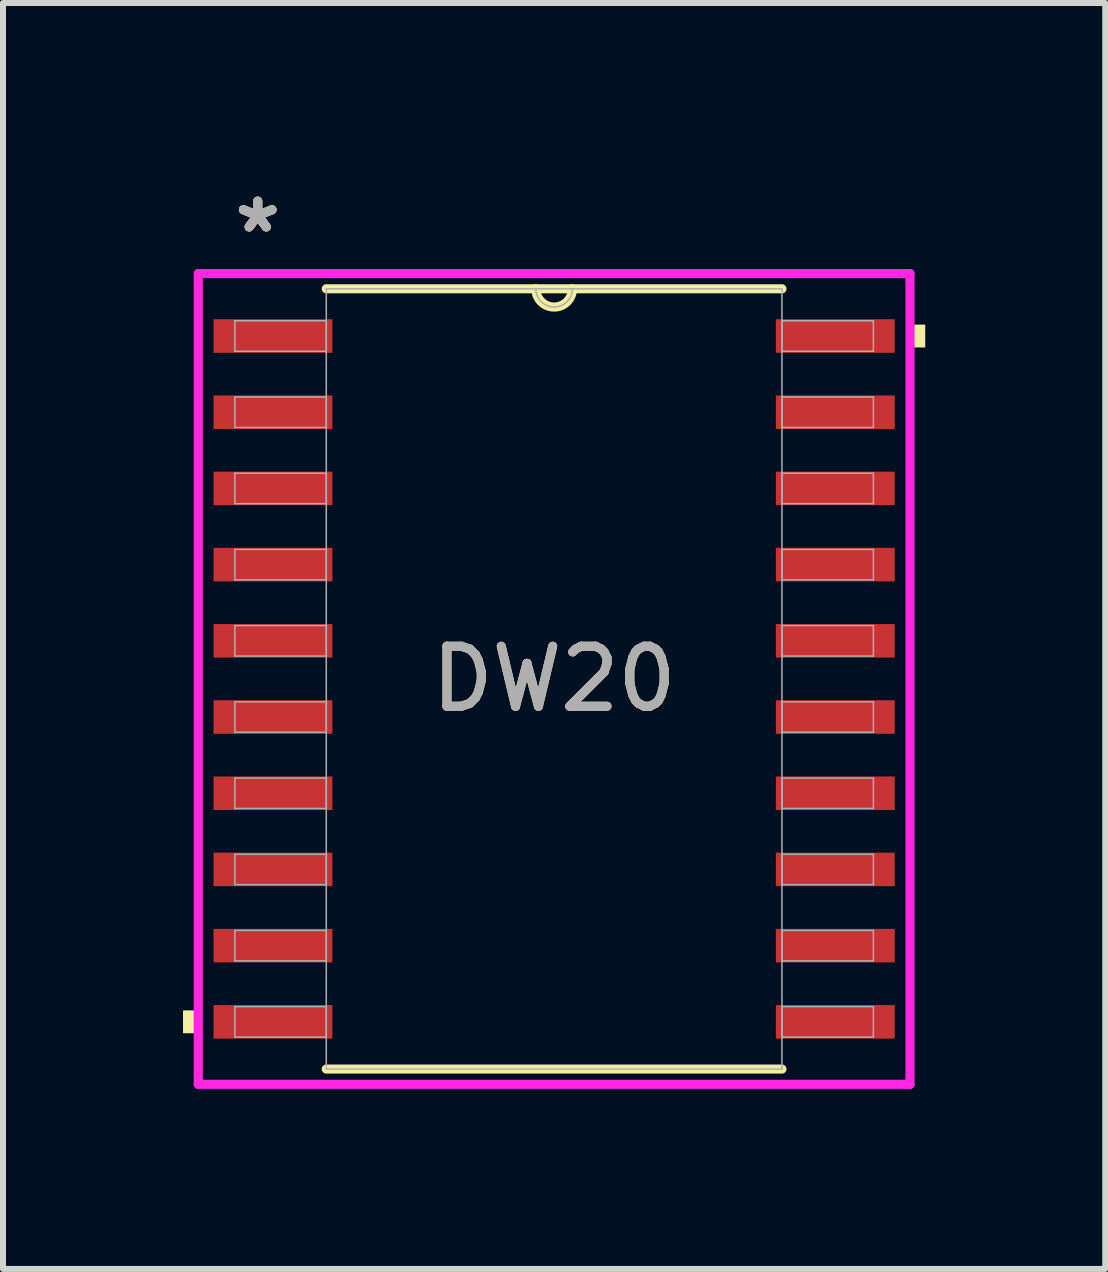
<source format=kicad_pcb>
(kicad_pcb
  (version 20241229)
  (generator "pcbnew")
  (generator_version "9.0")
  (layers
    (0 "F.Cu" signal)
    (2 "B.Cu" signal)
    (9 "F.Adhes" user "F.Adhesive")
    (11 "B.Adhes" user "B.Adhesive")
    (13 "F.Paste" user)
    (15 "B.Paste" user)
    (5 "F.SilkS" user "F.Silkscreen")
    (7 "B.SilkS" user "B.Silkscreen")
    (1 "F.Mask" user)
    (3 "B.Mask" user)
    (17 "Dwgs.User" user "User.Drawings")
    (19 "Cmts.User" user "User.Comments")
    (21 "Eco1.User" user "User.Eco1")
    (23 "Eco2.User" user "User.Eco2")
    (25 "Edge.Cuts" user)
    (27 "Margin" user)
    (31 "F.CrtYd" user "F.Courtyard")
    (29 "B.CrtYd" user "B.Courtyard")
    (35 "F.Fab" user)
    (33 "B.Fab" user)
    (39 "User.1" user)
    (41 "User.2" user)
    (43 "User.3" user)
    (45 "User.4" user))
  (footprint "DW20"
    (layer "F.Cu")
    (at 6.185 8.265)
    (property "Reference" "DW20" (at 0 0 0) (unlocked yes) (layer "F.SilkS") (effects (font (size 1 1) (thickness 0.15))))
    (attr smd)
    (fp_line (start -3.797 6.502) (end 3.797 6.502) (stroke (width 0.152) (type solid)) (layer "F.SilkS"))
    (fp_line (start 3.797 -6.502) (end -3.797 -6.502) (stroke (width 0.152) (type solid)) (layer "F.SilkS"))
    (fp_arc (start 0.3048 -6.5024) (mid 0 -6.1976) (end -0.3048 -6.5024) (stroke (width 0.1524) (type solid)) (layer "F.SilkS"))
    (fp_poly (pts (xy -6.185 5.524) (xy -6.185 5.905) (xy -5.931 5.905) (xy -5.931 5.524)) (stroke (width 0) (type solid)) (fill yes) (layer "F.SilkS"))
    (fp_poly (pts (xy 6.185 -5.905) (xy 6.185 -5.524) (xy 5.931 -5.524) (xy 5.931 -5.905)) (stroke (width 0) (type solid)) (fill yes) (layer "F.SilkS"))
    (fp_line (start -5.931 -6.756) (end 5.931 -6.756) (stroke (width 0.152) (type solid)) (layer "F.CrtYd"))
    (fp_line (start -5.931 6.756) (end -5.931 -6.756) (stroke (width 0.152) (type solid)) (layer "F.CrtYd"))
    (fp_line (start 5.931 -6.756) (end 5.931 6.756) (stroke (width 0.152) (type solid)) (layer "F.CrtYd"))
    (fp_line (start 5.931 6.756) (end -5.931 6.756) (stroke (width 0.152) (type solid)) (layer "F.CrtYd"))
    (fp_line (start -5.321 -5.969) (end -5.321 -5.461) (stroke (width 0.025) (type solid)) (layer "F.Fab"))
    (fp_line (start -5.321 -5.461) (end -3.797 -5.461) (stroke (width 0.025) (type solid)) (layer "F.Fab"))
    (fp_line (start -5.321 -4.699) (end -5.321 -4.191) (stroke (width 0.025) (type solid)) (layer "F.Fab"))
    (fp_line (start -5.321 -4.191) (end -3.797 -4.191) (stroke (width 0.025) (type solid)) (layer "F.Fab"))
    (fp_line (start -5.321 -3.429) (end -5.321 -2.921) (stroke (width 0.025) (type solid)) (layer "F.Fab"))
    (fp_line (start -5.321 -2.921) (end -3.797 -2.921) (stroke (width 0.025) (type solid)) (layer "F.Fab"))
    (fp_line (start -5.321 -2.159) (end -5.321 -1.651) (stroke (width 0.025) (type solid)) (layer "F.Fab"))
    (fp_line (start -5.321 -1.651) (end -3.797 -1.651) (stroke (width 0.025) (type solid)) (layer "F.Fab"))
    (fp_line (start -5.321 -0.889) (end -5.321 -0.381) (stroke (width 0.025) (type solid)) (layer "F.Fab"))
    (fp_line (start -5.321 -0.381) (end -3.797 -0.381) (stroke (width 0.025) (type solid)) (layer "F.Fab"))
    (fp_line (start -5.321 0.381) (end -5.321 0.889) (stroke (width 0.025) (type solid)) (layer "F.Fab"))
    (fp_line (start -5.321 0.889) (end -3.797 0.889) (stroke (width 0.025) (type solid)) (layer "F.Fab"))
    (fp_line (start -5.321 1.651) (end -5.321 2.159) (stroke (width 0.025) (type solid)) (layer "F.Fab"))
    (fp_line (start -5.321 2.159) (end -3.797 2.159) (stroke (width 0.025) (type solid)) (layer "F.Fab"))
    (fp_line (start -5.321 2.921) (end -5.321 3.429) (stroke (width 0.025) (type solid)) (layer "F.Fab"))
    (fp_line (start -5.321 3.429) (end -3.797 3.429) (stroke (width 0.025) (type solid)) (layer "F.Fab"))
    (fp_line (start -5.321 4.191) (end -5.321 4.699) (stroke (width 0.025) (type solid)) (layer "F.Fab"))
    (fp_line (start -5.321 4.699) (end -3.797 4.699) (stroke (width 0.025) (type solid)) (layer "F.Fab"))
    (fp_line (start -5.321 5.461) (end -5.321 5.969) (stroke (width 0.025) (type solid)) (layer "F.Fab"))
    (fp_line (start -5.321 5.969) (end -3.797 5.969) (stroke (width 0.025) (type solid)) (layer "F.Fab"))
    (fp_line (start -3.797 -6.502) (end -3.797 6.502) (stroke (width 0.025) (type solid)) (layer "F.Fab"))
    (fp_line (start -3.797 -5.969) (end -5.321 -5.969) (stroke (width 0.025) (type solid)) (layer "F.Fab"))
    (fp_line (start -3.797 -5.461) (end -3.797 -5.969) (stroke (width 0.025) (type solid)) (layer "F.Fab"))
    (fp_line (start -3.797 -4.699) (end -5.321 -4.699) (stroke (width 0.025) (type solid)) (layer "F.Fab"))
    (fp_line (start -3.797 -4.191) (end -3.797 -4.699) (stroke (width 0.025) (type solid)) (layer "F.Fab"))
    (fp_line (start -3.797 -3.429) (end -5.321 -3.429) (stroke (width 0.025) (type solid)) (layer "F.Fab"))
    (fp_line (start -3.797 -2.921) (end -3.797 -3.429) (stroke (width 0.025) (type solid)) (layer "F.Fab"))
    (fp_line (start -3.797 -2.159) (end -5.321 -2.159) (stroke (width 0.025) (type solid)) (layer "F.Fab"))
    (fp_line (start -3.797 -1.651) (end -3.797 -2.159) (stroke (width 0.025) (type solid)) (layer "F.Fab"))
    (fp_line (start -3.797 -0.889) (end -5.321 -0.889) (stroke (width 0.025) (type solid)) (layer "F.Fab"))
    (fp_line (start -3.797 -0.381) (end -3.797 -0.889) (stroke (width 0.025) (type solid)) (layer "F.Fab"))
    (fp_line (start -3.797 0.381) (end -5.321 0.381) (stroke (width 0.025) (type solid)) (layer "F.Fab"))
    (fp_line (start -3.797 0.889) (end -3.797 0.381) (stroke (width 0.025) (type solid)) (layer "F.Fab"))
    (fp_line (start -3.797 1.651) (end -5.321 1.651) (stroke (width 0.025) (type solid)) (layer "F.Fab"))
    (fp_line (start -3.797 2.159) (end -3.797 1.651) (stroke (width 0.025) (type solid)) (layer "F.Fab"))
    (fp_line (start -3.797 2.921) (end -5.321 2.921) (stroke (width 0.025) (type solid)) (layer "F.Fab"))
    (fp_line (start -3.797 3.429) (end -3.797 2.921) (stroke (width 0.025) (type solid)) (layer "F.Fab"))
    (fp_line (start -3.797 4.191) (end -5.321 4.191) (stroke (width 0.025) (type solid)) (layer "F.Fab"))
    (fp_line (start -3.797 4.699) (end -3.797 4.191) (stroke (width 0.025) (type solid)) (layer "F.Fab"))
    (fp_line (start -3.797 5.461) (end -5.321 5.461) (stroke (width 0.025) (type solid)) (layer "F.Fab"))
    (fp_line (start -3.797 5.969) (end -3.797 5.461) (stroke (width 0.025) (type solid)) (layer "F.Fab"))
    (fp_line (start -3.797 6.502) (end 3.797 6.502) (stroke (width 0.025) (type solid)) (layer "F.Fab"))
    (fp_line (start 3.797 -6.502) (end -3.797 -6.502) (stroke (width 0.025) (type solid)) (layer "F.Fab"))
    (fp_line (start 3.797 -5.969) (end 3.797 -5.461) (stroke (width 0.025) (type solid)) (layer "F.Fab"))
    (fp_line (start 3.797 -5.461) (end 5.321 -5.461) (stroke (width 0.025) (type solid)) (layer "F.Fab"))
    (fp_line (start 3.797 -4.699) (end 3.797 -4.191) (stroke (width 0.025) (type solid)) (layer "F.Fab"))
    (fp_line (start 3.797 -4.191) (end 5.321 -4.191) (stroke (width 0.025) (type solid)) (layer "F.Fab"))
    (fp_line (start 3.797 -3.429) (end 3.797 -2.921) (stroke (width 0.025) (type solid)) (layer "F.Fab"))
    (fp_line (start 3.797 -2.921) (end 5.321 -2.921) (stroke (width 0.025) (type solid)) (layer "F.Fab"))
    (fp_line (start 3.797 -2.159) (end 3.797 -1.651) (stroke (width 0.025) (type solid)) (layer "F.Fab"))
    (fp_line (start 3.797 -1.651) (end 5.321 -1.651) (stroke (width 0.025) (type solid)) (layer "F.Fab"))
    (fp_line (start 3.797 -0.889) (end 3.797 -0.381) (stroke (width 0.025) (type solid)) (layer "F.Fab"))
    (fp_line (start 3.797 -0.381) (end 5.321 -0.381) (stroke (width 0.025) (type solid)) (layer "F.Fab"))
    (fp_line (start 3.797 0.381) (end 3.797 0.889) (stroke (width 0.025) (type solid)) (layer "F.Fab"))
    (fp_line (start 3.797 0.889) (end 5.321 0.889) (stroke (width 0.025) (type solid)) (layer "F.Fab"))
    (fp_line (start 3.797 1.651) (end 3.797 2.159) (stroke (width 0.025) (type solid)) (layer "F.Fab"))
    (fp_line (start 3.797 2.159) (end 5.321 2.159) (stroke (width 0.025) (type solid)) (layer "F.Fab"))
    (fp_line (start 3.797 2.921) (end 3.797 3.429) (stroke (width 0.025) (type solid)) (layer "F.Fab"))
    (fp_line (start 3.797 3.429) (end 5.321 3.429) (stroke (width 0.025) (type solid)) (layer "F.Fab"))
    (fp_line (start 3.797 4.191) (end 3.797 4.699) (stroke (width 0.025) (type solid)) (layer "F.Fab"))
    (fp_line (start 3.797 4.699) (end 5.321 4.699) (stroke (width 0.025) (type solid)) (layer "F.Fab"))
    (fp_line (start 3.797 5.461) (end 3.797 5.969) (stroke (width 0.025) (type solid)) (layer "F.Fab"))
    (fp_line (start 3.797 5.969) (end 5.321 5.969) (stroke (width 0.025) (type solid)) (layer "F.Fab"))
    (fp_line (start 3.797 6.502) (end 3.797 -6.502) (stroke (width 0.025) (type solid)) (layer "F.Fab"))
    (fp_line (start 5.321 -5.969) (end 3.797 -5.969) (stroke (width 0.025) (type solid)) (layer "F.Fab"))
    (fp_line (start 5.321 -5.461) (end 5.321 -5.969) (stroke (width 0.025) (type solid)) (layer "F.Fab"))
    (fp_line (start 5.321 -4.699) (end 3.797 -4.699) (stroke (width 0.025) (type solid)) (layer "F.Fab"))
    (fp_line (start 5.321 -4.191) (end 5.321 -4.699) (stroke (width 0.025) (type solid)) (layer "F.Fab"))
    (fp_line (start 5.321 -3.429) (end 3.797 -3.429) (stroke (width 0.025) (type solid)) (layer "F.Fab"))
    (fp_line (start 5.321 -2.921) (end 5.321 -3.429) (stroke (width 0.025) (type solid)) (layer "F.Fab"))
    (fp_line (start 5.321 -2.159) (end 3.797 -2.159) (stroke (width 0.025) (type solid)) (layer "F.Fab"))
    (fp_line (start 5.321 -1.651) (end 5.321 -2.159) (stroke (width 0.025) (type solid)) (layer "F.Fab"))
    (fp_line (start 5.321 -0.889) (end 3.797 -0.889) (stroke (width 0.025) (type solid)) (layer "F.Fab"))
    (fp_line (start 5.321 -0.381) (end 5.321 -0.889) (stroke (width 0.025) (type solid)) (layer "F.Fab"))
    (fp_line (start 5.321 0.381) (end 3.797 0.381) (stroke (width 0.025) (type solid)) (layer "F.Fab"))
    (fp_line (start 5.321 0.889) (end 5.321 0.381) (stroke (width 0.025) (type solid)) (layer "F.Fab"))
    (fp_line (start 5.321 1.651) (end 3.797 1.651) (stroke (width 0.025) (type solid)) (layer "F.Fab"))
    (fp_line (start 5.321 2.159) (end 5.321 1.651) (stroke (width 0.025) (type solid)) (layer "F.Fab"))
    (fp_line (start 5.321 2.921) (end 3.797 2.921) (stroke (width 0.025) (type solid)) (layer "F.Fab"))
    (fp_line (start 5.321 3.429) (end 5.321 2.921) (stroke (width 0.025) (type solid)) (layer "F.Fab"))
    (fp_line (start 5.321 4.191) (end 3.797 4.191) (stroke (width 0.025) (type solid)) (layer "F.Fab"))
    (fp_line (start 5.321 4.699) (end 5.321 4.191) (stroke (width 0.025) (type solid)) (layer "F.Fab"))
    (fp_line (start 5.321 5.461) (end 3.797 5.461) (stroke (width 0.025) (type solid)) (layer "F.Fab"))
    (fp_line (start 5.321 5.969) (end 5.321 5.461) (stroke (width 0.025) (type solid)) (layer "F.Fab"))
    (fp_arc (start 0.3048 -6.5024) (mid 0 -6.1976) (end -0.3048 -6.5024) (stroke (width 0.0254) (type solid)) (layer "F.Fab"))
    (fp_text user "*" (at -4.94 -7.417 0) (unlocked yes) (layer "F.SilkS") (effects (font (size 1 1) (thickness 0.15))))
    (fp_text user "*" (at -4.94 -7.417 0) (layer "F.SilkS") (effects (font (size 1 1) (thickness 0.15))))
    (fp_text user "*" (at -4.94 -7.417 0) (unlocked yes) (layer "F.Fab") (effects (font (size 1 1) (thickness 0.15))))
    (fp_text user "*" (at -4.94 -7.417 0) (layer "F.Fab") (effects (font (size 1 1) (thickness 0.15))))
    (fp_text user "${REFERENCE}" (at 0 0 0) (unlocked yes) (layer "F.Fab") (effects (font (size 1 1) (thickness 0.15))))
    (pad "1" smd rect (at -4.686 -5.715) (size 1.981 0.559) (layers "F.Cu" "F.Mask" "F.Paste"))
    (pad "2" smd rect (at -4.686 -4.445) (size 1.981 0.559) (layers "F.Cu" "F.Mask" "F.Paste"))
    (pad "3" smd rect (at -4.686 -3.175) (size 1.981 0.559) (layers "F.Cu" "F.Mask" "F.Paste"))
    (pad "4" smd rect (at -4.686 -1.905) (size 1.981 0.559) (layers "F.Cu" "F.Mask" "F.Paste"))
    (pad "5" smd rect (at -4.686 -0.635) (size 1.981 0.559) (layers "F.Cu" "F.Mask" "F.Paste"))
    (pad "6" smd rect (at -4.686 0.635) (size 1.981 0.559) (layers "F.Cu" "F.Mask" "F.Paste"))
    (pad "7" smd rect (at -4.686 1.905) (size 1.981 0.559) (layers "F.Cu" "F.Mask" "F.Paste"))
    (pad "8" smd rect (at -4.686 3.175) (size 1.981 0.559) (layers "F.Cu" "F.Mask" "F.Paste"))
    (pad "9" smd rect (at -4.686 4.445) (size 1.981 0.559) (layers "F.Cu" "F.Mask" "F.Paste"))
    (pad "10" smd rect (at -4.686 5.715) (size 1.981 0.559) (layers "F.Cu" "F.Mask" "F.Paste"))
    (pad "11" smd rect (at 4.686 5.715) (size 1.981 0.559) (layers "F.Cu" "F.Mask" "F.Paste"))
    (pad "12" smd rect (at 4.686 4.445) (size 1.981 0.559) (layers "F.Cu" "F.Mask" "F.Paste"))
    (pad "13" smd rect (at 4.686 3.175) (size 1.981 0.559) (layers "F.Cu" "F.Mask" "F.Paste"))
    (pad "14" smd rect (at 4.686 1.905) (size 1.981 0.559) (layers "F.Cu" "F.Mask" "F.Paste"))
    (pad "15" smd rect (at 4.686 0.635) (size 1.981 0.559) (layers "F.Cu" "F.Mask" "F.Paste"))
    (pad "16" smd rect (at 4.686 -0.635) (size 1.981 0.559) (layers "F.Cu" "F.Mask" "F.Paste"))
    (pad "17" smd rect (at 4.686 -1.905) (size 1.981 0.559) (layers "F.Cu" "F.Mask" "F.Paste"))
    (pad "18" smd rect (at 4.686 -3.175) (size 1.981 0.559) (layers "F.Cu" "F.Mask" "F.Paste"))
    (pad "19" smd rect (at 4.686 -4.445) (size 1.981 0.559) (layers "F.Cu" "F.Mask" "F.Paste"))
    (pad "20" smd rect (at 4.686 -5.715) (size 1.981 0.559) (layers "F.Cu" "F.Mask" "F.Paste")))
  (gr_rect
    (start -3 -3)
    (end 15.37 18.098)
    (stroke (width 0.1) (type default))
    (fill no)
    (layer "Edge.Cuts")))
</source>
